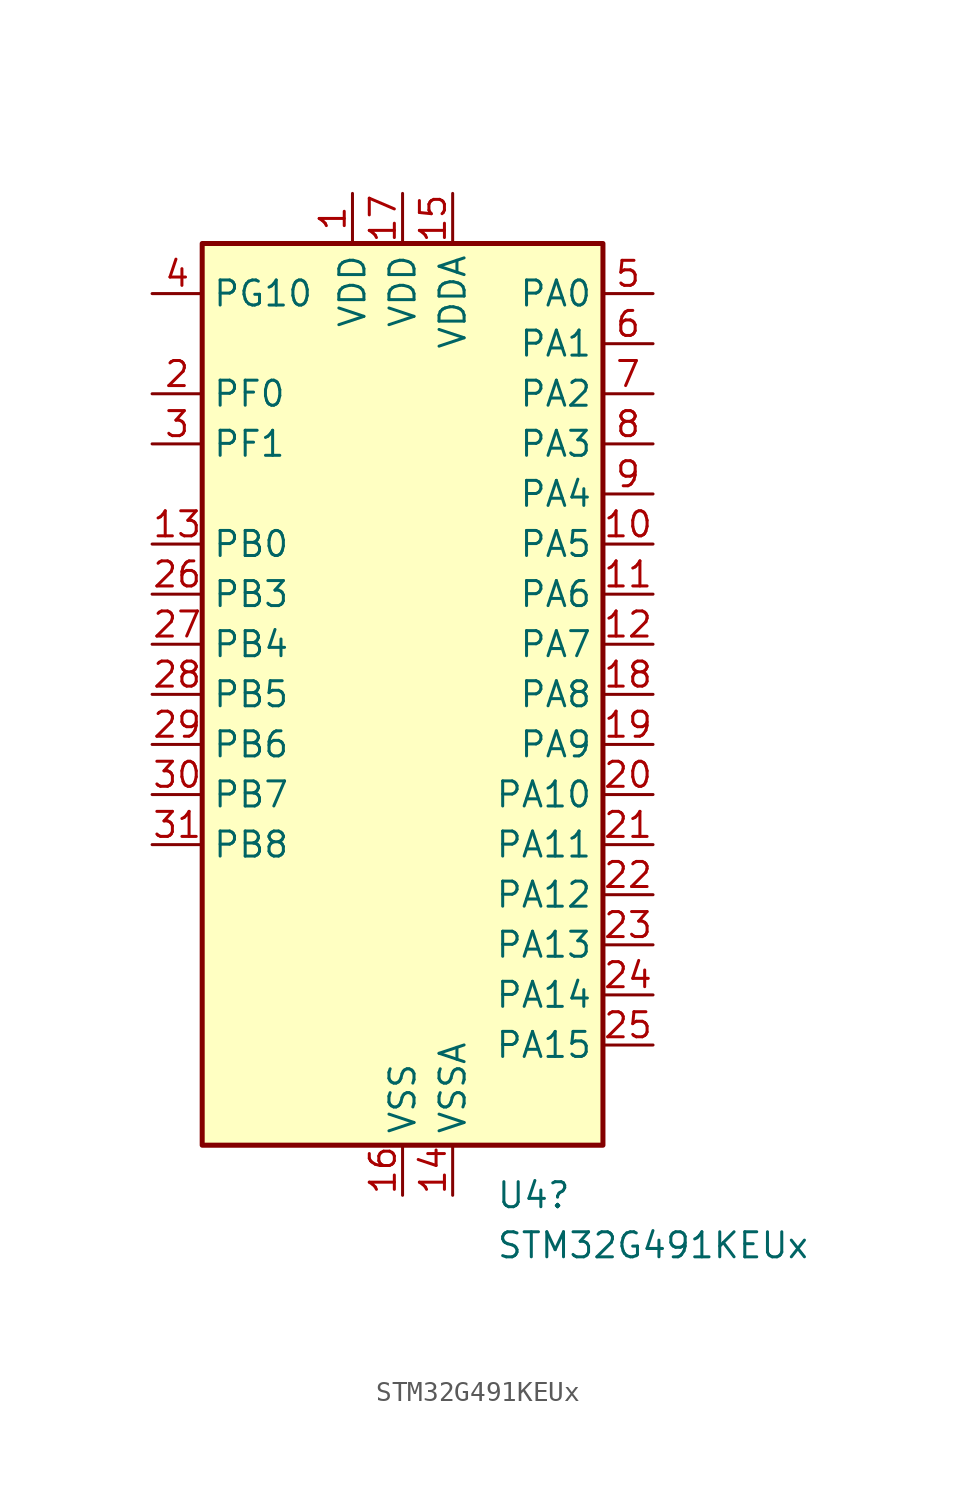
<source format=kicad_sym>
(kicad_symbol_lib
  (version 20220914)
  (generator kicad_symbol_editor)
  (symbol "STM32G491KEUx"
    (property "Reference" "U4"
      (at 4.734 -25.4 0)
      (effects (font (size 1.27 1.27)) (justify left)))
    (property "Value" "STM32G491KEUx"
      (at 4.734 -27.94 0)
      (effects (font (size 1.27 1.27)) (justify left)))
    (symbol "STM32G491KEUx_0_1"
      (rectangle (start -10.16 -22.86) (end 10.16 22.86) (stroke (width 0.254) (type default)) (fill (type background))))
    (symbol "STM32G491KEUx_1_1"
      (pin power_in line (at -2.54 25.4 270) (length 2.54) (name "VDD" (effects (font (size 1.27 1.27)))) (number "1" (effects (font (size 1.27 1.27)))))
      (pin bidirectional line (at 12.7 7.62 180) (length 2.54) (name "PA5" (effects (font (size 1.27 1.27)))) (number "10" (effects (font (size 1.27 1.27)))) (alternate "ADC2_IN13" bidirectional line) (alternate "COMP2_INM" bidirectional line) (alternate "DAC1_OUT2" bidirectional line) (alternate "OPAMP2_VINM" bidirectional line) (alternate "OPAMP2_VINM0" bidirectional line) (alternate "OPAMP2_VINM_SEC" bidirectional line) (alternate "SPI1_SCK" bidirectional line) (alternate "TIM2_CH1" bidirectional line) (alternate "TIM2_ETR" bidirectional line) (alternate "UCPD1_FRSTX1" bidirectional line) (alternate "UCPD1_FRSTX2" bidirectional line))
      (pin bidirectional line (at 12.7 5.08 180) (length 2.54) (name "PA6" (effects (font (size 1.27 1.27)))) (number "11" (effects (font (size 1.27 1.27)))) (alternate "ADC2_IN3" bidirectional line) (alternate "COMP1_OUT" bidirectional line) (alternate "LPUART1_CTS" bidirectional line) (alternate "OPAMP2_VOUT" bidirectional line) (alternate "QUADSPI1_BK1_IO3" bidirectional line) (alternate "SPI1_MISO" bidirectional line) (alternate "TIM16_CH1" bidirectional line) (alternate "TIM1_BKIN" bidirectional line) (alternate "TIM3_CH1" bidirectional line) (alternate "TIM8_BKIN" bidirectional line))
      (pin bidirectional line (at 12.7 2.54 180) (length 2.54) (name "PA7" (effects (font (size 1.27 1.27)))) (number "12" (effects (font (size 1.27 1.27)))) (alternate "ADC2_IN4" bidirectional line) (alternate "COMP2_INP" bidirectional line) (alternate "COMP2_OUT" bidirectional line) (alternate "OPAMP1_VINP" bidirectional line) (alternate "OPAMP1_VINP_SEC" bidirectional line) (alternate "OPAMP2_VINP" bidirectional line) (alternate "OPAMP2_VINP_SEC" bidirectional line) (alternate "QUADSPI1_BK1_IO2" bidirectional line) (alternate "SPI1_MOSI" bidirectional line) (alternate "TIM17_CH1" bidirectional line) (alternate "TIM1_CH1N" bidirectional line) (alternate "TIM3_CH2" bidirectional line) (alternate "TIM8_CH1N" bidirectional line) (alternate "UCPD1_FRSTX1" bidirectional line) (alternate "UCPD1_FRSTX2" bidirectional line))
      (pin bidirectional line (at -12.7 7.62 0) (length 2.54) (name "PB0" (effects (font (size 1.27 1.27)))) (number "13" (effects (font (size 1.27 1.27)))) (alternate "ADC1_IN15" bidirectional line) (alternate "ADC3_IN12" bidirectional line) (alternate "COMP4_INP" bidirectional line) (alternate "OPAMP2_VINP" bidirectional line) (alternate "OPAMP2_VINP_SEC" bidirectional line) (alternate "OPAMP3_VINP" bidirectional line) (alternate "OPAMP3_VINP_SEC" bidirectional line) (alternate "QUADSPI1_BK1_IO1" bidirectional line) (alternate "TIM1_CH2N" bidirectional line) (alternate "TIM3_CH3" bidirectional line) (alternate "TIM8_CH2N" bidirectional line) (alternate "UCPD1_FRSTX1" bidirectional line) (alternate "UCPD1_FRSTX2" bidirectional line))
      (pin power_in line (at 2.54 -25.4 90) (length 2.54) (name "VSSA" (effects (font (size 1.27 1.27)))) (number "14" (effects (font (size 1.27 1.27)))))
      (pin power_in line (at 2.54 25.4 270) (length 2.54) (name "VDDA" (effects (font (size 1.27 1.27)))) (number "15" (effects (font (size 1.27 1.27)))))
      (pin power_in line (at 0 -25.4 90) (length 2.54) (name "VSS" (effects (font (size 1.27 1.27)))) (number "16" (effects (font (size 1.27 1.27)))))
      (pin power_in line (at 0 25.4 270) (length 2.54) (name "VDD" (effects (font (size 1.27 1.27)))) (number "17" (effects (font (size 1.27 1.27)))))
      (pin bidirectional line (at 12.7 0 180) (length 2.54) (name "PA8" (effects (font (size 1.27 1.27)))) (number "18" (effects (font (size 1.27 1.27)))) (alternate "I2C2_SDA" bidirectional line) (alternate "I2C3_SCL" bidirectional line) (alternate "I2S2_MCK" bidirectional line) (alternate "RCC_MCO" bidirectional line) (alternate "SAI1_CK2" bidirectional line) (alternate "SAI1_SCK_A" bidirectional line) (alternate "TIM1_CH1" bidirectional line) (alternate "TIM4_ETR" bidirectional line) (alternate "USART1_CK" bidirectional line))
      (pin bidirectional line (at 12.7 -2.54 180) (length 2.54) (name "PA9" (effects (font (size 1.27 1.27)))) (number "19" (effects (font (size 1.27 1.27)))) (alternate "DAC1_EXTI9" bidirectional line) (alternate "DAC3_EXTI9" bidirectional line) (alternate "I2C2_SCL" bidirectional line) (alternate "I2C3_SMBA" bidirectional line) (alternate "I2S3_MCK" bidirectional line) (alternate "SAI1_FS_A" bidirectional line) (alternate "TIM15_BKIN" bidirectional line) (alternate "TIM1_CH2" bidirectional line) (alternate "TIM2_CH3" bidirectional line) (alternate "UCPD1_DBCC1" bidirectional line) (alternate "USART1_TX" bidirectional line))
      (pin bidirectional line (at -12.7 15.24 0) (length 2.54) (name "PF0" (effects (font (size 1.27 1.27)))) (number "2" (effects (font (size 1.27 1.27)))) (alternate "ADC1_IN10" bidirectional line) (alternate "I2C2_SDA" bidirectional line) (alternate "I2S2_WS" bidirectional line) (alternate "RCC_OSC_IN" bidirectional line) (alternate "SPI2_NSS" bidirectional line) (alternate "TIM1_CH3N" bidirectional line))
      (pin bidirectional line (at 12.7 -5.08 180) (length 2.54) (name "PA10" (effects (font (size 1.27 1.27)))) (number "20" (effects (font (size 1.27 1.27)))) (alternate "CRS_SYNC" bidirectional line) (alternate "DAC1_EXTI10" bidirectional line) (alternate "DAC3_EXTI10" bidirectional line) (alternate "I2C2_SMBA" bidirectional line) (alternate "SAI1_D1" bidirectional line) (alternate "SAI1_SD_A" bidirectional line) (alternate "SPI2_MISO" bidirectional line) (alternate "TIM17_BKIN" bidirectional line) (alternate "TIM1_CH3" bidirectional line) (alternate "TIM2_CH4" bidirectional line) (alternate "TIM8_BKIN" bidirectional line) (alternate "UCPD1_DBCC2" bidirectional line) (alternate "USART1_RX" bidirectional line))
      (pin bidirectional line (at 12.7 -7.62 180) (length 2.54) (name "PA11" (effects (font (size 1.27 1.27)))) (number "21" (effects (font (size 1.27 1.27)))) (alternate "ADC1_EXTI11" bidirectional line) (alternate "ADC2_EXTI11" bidirectional line) (alternate "COMP1_OUT" bidirectional line) (alternate "FDCAN1_RX" bidirectional line) (alternate "I2S2_SD" bidirectional line) (alternate "SPI2_MOSI" bidirectional line) (alternate "TIM1_BKIN2" bidirectional line) (alternate "TIM1_CH1N" bidirectional line) (alternate "TIM1_CH4" bidirectional line) (alternate "TIM4_CH1" bidirectional line) (alternate "USART1_CTS" bidirectional line) (alternate "USART1_NSS" bidirectional line) (alternate "USB_DM" bidirectional line))
      (pin bidirectional line (at 12.7 -10.16 180) (length 2.54) (name "PA12" (effects (font (size 1.27 1.27)))) (number "22" (effects (font (size 1.27 1.27)))) (alternate "COMP2_OUT" bidirectional line) (alternate "FDCAN1_TX" bidirectional line) (alternate "I2S_CKIN" bidirectional line) (alternate "TIM16_CH1" bidirectional line) (alternate "TIM1_CH2N" bidirectional line) (alternate "TIM1_ETR" bidirectional line) (alternate "TIM4_CH2" bidirectional line) (alternate "USART1_DE" bidirectional line) (alternate "USART1_RTS" bidirectional line) (alternate "USB_DP" bidirectional line))
      (pin bidirectional line (at 12.7 -12.7 180) (length 2.54) (name "PA13" (effects (font (size 1.27 1.27)))) (number "23" (effects (font (size 1.27 1.27)))) (alternate "I2C1_SCL" bidirectional line) (alternate "IR_OUT" bidirectional line) (alternate "SAI1_SD_B" bidirectional line) (alternate "SYS_JTMS-SWDIO" bidirectional line) (alternate "TIM16_CH1N" bidirectional line) (alternate "TIM4_CH3" bidirectional line))
      (pin bidirectional line (at 12.7 -15.24 180) (length 2.54) (name "PA14" (effects (font (size 1.27 1.27)))) (number "24" (effects (font (size 1.27 1.27)))) (alternate "I2C1_SDA" bidirectional line) (alternate "LPTIM1_OUT" bidirectional line) (alternate "SAI1_FS_B" bidirectional line) (alternate "SYS_JTCK-SWCLK" bidirectional line) (alternate "TIM1_BKIN" bidirectional line) (alternate "TIM8_CH2" bidirectional line) (alternate "USART2_TX" bidirectional line))
      (pin bidirectional line (at 12.7 -17.78 180) (length 2.54) (name "PA15" (effects (font (size 1.27 1.27)))) (number "25" (effects (font (size 1.27 1.27)))) (alternate "ADC1_EXTI15" bidirectional line) (alternate "ADC2_EXTI15" bidirectional line) (alternate "I2C1_SCL" bidirectional line) (alternate "I2S3_WS" bidirectional line) (alternate "SPI1_NSS" bidirectional line) (alternate "SPI3_NSS" bidirectional line) (alternate "SYS_JTDI" bidirectional line) (alternate "TIM1_BKIN" bidirectional line) (alternate "TIM20_ETR" bidirectional line) (alternate "TIM2_CH1" bidirectional line) (alternate "TIM2_ETR" bidirectional line) (alternate "TIM8_CH1" bidirectional line) (alternate "USART2_RX" bidirectional line))
      (pin bidirectional line (at -12.7 5.08 0) (length 2.54) (name "PB3" (effects (font (size 1.27 1.27)))) (number "26" (effects (font (size 1.27 1.27)))) (alternate "ADC3_EXTI3" bidirectional line) (alternate "CRS_SYNC" bidirectional line) (alternate "I2S3_CK" bidirectional line) (alternate "SAI1_SCK_B" bidirectional line) (alternate "SPI1_SCK" bidirectional line) (alternate "SPI3_SCK" bidirectional line) (alternate "SYS_JTDO-SWO" bidirectional line) (alternate "TIM2_CH2" bidirectional line) (alternate "TIM3_ETR" bidirectional line) (alternate "TIM4_ETR" bidirectional line) (alternate "TIM8_CH1N" bidirectional line) (alternate "USART2_TX" bidirectional line))
      (pin bidirectional line (at -12.7 2.54 0) (length 2.54) (name "PB4" (effects (font (size 1.27 1.27)))) (number "27" (effects (font (size 1.27 1.27)))) (alternate "SAI1_MCLK_B" bidirectional line) (alternate "SPI1_MISO" bidirectional line) (alternate "SPI3_MISO" bidirectional line) (alternate "SYS_JTRST" bidirectional line) (alternate "TIM16_CH1" bidirectional line) (alternate "TIM17_BKIN" bidirectional line) (alternate "TIM3_CH1" bidirectional line) (alternate "TIM8_CH2N" bidirectional line) (alternate "UCPD1_CC2" bidirectional line) (alternate "USART2_RX" bidirectional line))
      (pin bidirectional line (at -12.7 0 0) (length 2.54) (name "PB5" (effects (font (size 1.27 1.27)))) (number "28" (effects (font (size 1.27 1.27)))) (alternate "FDCAN2_RX" bidirectional line) (alternate "I2C1_SMBA" bidirectional line) (alternate "I2C3_SDA" bidirectional line) (alternate "I2S3_SD" bidirectional line) (alternate "LPTIM1_IN1" bidirectional line) (alternate "SAI1_SD_B" bidirectional line) (alternate "SPI1_MOSI" bidirectional line) (alternate "SPI3_MOSI" bidirectional line) (alternate "TIM16_BKIN" bidirectional line) (alternate "TIM17_CH1" bidirectional line) (alternate "TIM3_CH2" bidirectional line) (alternate "TIM8_CH3N" bidirectional line) (alternate "USART2_CK" bidirectional line))
      (pin bidirectional line (at -12.7 -2.54 0) (length 2.54) (name "PB6" (effects (font (size 1.27 1.27)))) (number "29" (effects (font (size 1.27 1.27)))) (alternate "COMP4_OUT" bidirectional line) (alternate "FDCAN2_TX" bidirectional line) (alternate "LPTIM1_ETR" bidirectional line) (alternate "SAI1_FS_B" bidirectional line) (alternate "TIM16_CH1N" bidirectional line) (alternate "TIM4_CH1" bidirectional line) (alternate "TIM8_BKIN2" bidirectional line) (alternate "TIM8_CH1" bidirectional line) (alternate "TIM8_ETR" bidirectional line) (alternate "UCPD1_CC1" bidirectional line) (alternate "USART1_TX" bidirectional line))
      (pin bidirectional line (at -12.7 12.7 0) (length 2.54) (name "PF1" (effects (font (size 1.27 1.27)))) (number "3" (effects (font (size 1.27 1.27)))) (alternate "ADC2_IN10" bidirectional line) (alternate "COMP3_INM" bidirectional line) (alternate "I2S2_CK" bidirectional line) (alternate "RCC_OSC_OUT" bidirectional line) (alternate "SPI2_SCK" bidirectional line))
      (pin bidirectional line (at -12.7 -5.08 0) (length 2.54) (name "PB7" (effects (font (size 1.27 1.27)))) (number "30" (effects (font (size 1.27 1.27)))) (alternate "COMP3_OUT" bidirectional line) (alternate "I2C1_SDA" bidirectional line) (alternate "LPTIM1_IN2" bidirectional line) (alternate "SYS_PVD_IN" bidirectional line) (alternate "TIM17_CH1N" bidirectional line) (alternate "TIM3_CH4" bidirectional line) (alternate "TIM4_CH2" bidirectional line) (alternate "TIM8_BKIN" bidirectional line) (alternate "USART1_RX" bidirectional line))
      (pin bidirectional line (at -12.7 -7.62 0) (length 2.54) (name "PB8" (effects (font (size 1.27 1.27)))) (number "31" (effects (font (size 1.27 1.27)))) (alternate "COMP1_OUT" bidirectional line) (alternate "FDCAN1_RX" bidirectional line) (alternate "I2C1_SCL" bidirectional line) (alternate "SAI1_CK1" bidirectional line) (alternate "SAI1_MCLK_A" bidirectional line) (alternate "TIM16_CH1" bidirectional line) (alternate "TIM1_BKIN" bidirectional line) (alternate "TIM4_CH3" bidirectional line) (alternate "TIM8_CH2" bidirectional line))
      (pin passive line (at 0 -25.4 90) (length 2.54) hide (name "VSS" (effects (font (size 1.27 1.27)))) (number "32" (effects (font (size 1.27 1.27)))))
      (pin bidirectional line (at -12.7 20.32 0) (length 2.54) (name "PG10" (effects (font (size 1.27 1.27)))) (number "4" (effects (font (size 1.27 1.27)))) (alternate "DAC1_EXTI10" bidirectional line) (alternate "DAC3_EXTI10" bidirectional line) (alternate "RCC_MCO" bidirectional line))
      (pin bidirectional line (at 12.7 20.32 180) (length 2.54) (name "PA0" (effects (font (size 1.27 1.27)))) (number "5" (effects (font (size 1.27 1.27)))) (alternate "ADC1_IN1" bidirectional line) (alternate "ADC2_IN1" bidirectional line) (alternate "COMP1_INM" bidirectional line) (alternate "COMP1_OUT" bidirectional line) (alternate "COMP3_INP" bidirectional line) (alternate "RTC_TAMP2" bidirectional line) (alternate "SYS_WKUP1" bidirectional line) (alternate "TIM2_CH1" bidirectional line) (alternate "TIM2_ETR" bidirectional line) (alternate "TIM8_BKIN" bidirectional line) (alternate "TIM8_ETR" bidirectional line) (alternate "USART2_CTS" bidirectional line) (alternate "USART2_NSS" bidirectional line))
      (pin bidirectional line (at 12.7 17.78 180) (length 2.54) (name "PA1" (effects (font (size 1.27 1.27)))) (number "6" (effects (font (size 1.27 1.27)))) (alternate "ADC1_IN2" bidirectional line) (alternate "ADC2_IN2" bidirectional line) (alternate "COMP1_INP" bidirectional line) (alternate "OPAMP1_VINP" bidirectional line) (alternate "OPAMP1_VINP_SEC" bidirectional line) (alternate "OPAMP3_VINP" bidirectional line) (alternate "OPAMP3_VINP_SEC" bidirectional line) (alternate "OPAMP6_VINM" bidirectional line) (alternate "OPAMP6_VINM0" bidirectional line) (alternate "OPAMP6_VINM_SEC" bidirectional line) (alternate "RTC_REFIN" bidirectional line) (alternate "TIM15_CH1N" bidirectional line) (alternate "TIM2_CH2" bidirectional line) (alternate "USART2_DE" bidirectional line) (alternate "USART2_RTS" bidirectional line))
      (pin bidirectional line (at 12.7 15.24 180) (length 2.54) (name "PA2" (effects (font (size 1.27 1.27)))) (number "7" (effects (font (size 1.27 1.27)))) (alternate "ADC1_IN3" bidirectional line) (alternate "ADC3_EXTI2" bidirectional line) (alternate "COMP2_INM" bidirectional line) (alternate "COMP2_OUT" bidirectional line) (alternate "LPUART1_TX" bidirectional line) (alternate "OPAMP1_VOUT" bidirectional line) (alternate "QUADSPI1_BK1_NCS" bidirectional line) (alternate "RCC_LSCO" bidirectional line) (alternate "SYS_WKUP4" bidirectional line) (alternate "TIM15_CH1" bidirectional line) (alternate "TIM2_CH3" bidirectional line) (alternate "UCPD1_FRSTX1" bidirectional line) (alternate "UCPD1_FRSTX2" bidirectional line) (alternate "USART2_TX" bidirectional line))
      (pin bidirectional line (at 12.7 12.7 180) (length 2.54) (name "PA3" (effects (font (size 1.27 1.27)))) (number "8" (effects (font (size 1.27 1.27)))) (alternate "ADC1_IN4" bidirectional line) (alternate "ADC3_EXTI3" bidirectional line) (alternate "COMP2_INP" bidirectional line) (alternate "LPUART1_RX" bidirectional line) (alternate "OPAMP1_VINM" bidirectional line) (alternate "OPAMP1_VINM0" bidirectional line) (alternate "OPAMP1_VINM_SEC" bidirectional line) (alternate "OPAMP1_VINP" bidirectional line) (alternate "OPAMP1_VINP_SEC" bidirectional line) (alternate "QUADSPI1_CLK" bidirectional line) (alternate "SAI1_CK1" bidirectional line) (alternate "SAI1_MCLK_A" bidirectional line) (alternate "TIM15_CH2" bidirectional line) (alternate "TIM2_CH4" bidirectional line) (alternate "USART2_RX" bidirectional line))
      (pin bidirectional line (at 12.7 10.16 180) (length 2.54) (name "PA4" (effects (font (size 1.27 1.27)))) (number "9" (effects (font (size 1.27 1.27)))) (alternate "ADC2_IN17" bidirectional line) (alternate "COMP1_INM" bidirectional line) (alternate "DAC1_OUT1" bidirectional line) (alternate "I2S3_WS" bidirectional line) (alternate "SAI1_FS_B" bidirectional line) (alternate "SPI1_NSS" bidirectional line) (alternate "SPI3_NSS" bidirectional line) (alternate "TIM3_CH2" bidirectional line) (alternate "USART2_CK" bidirectional line)))))
</source>
